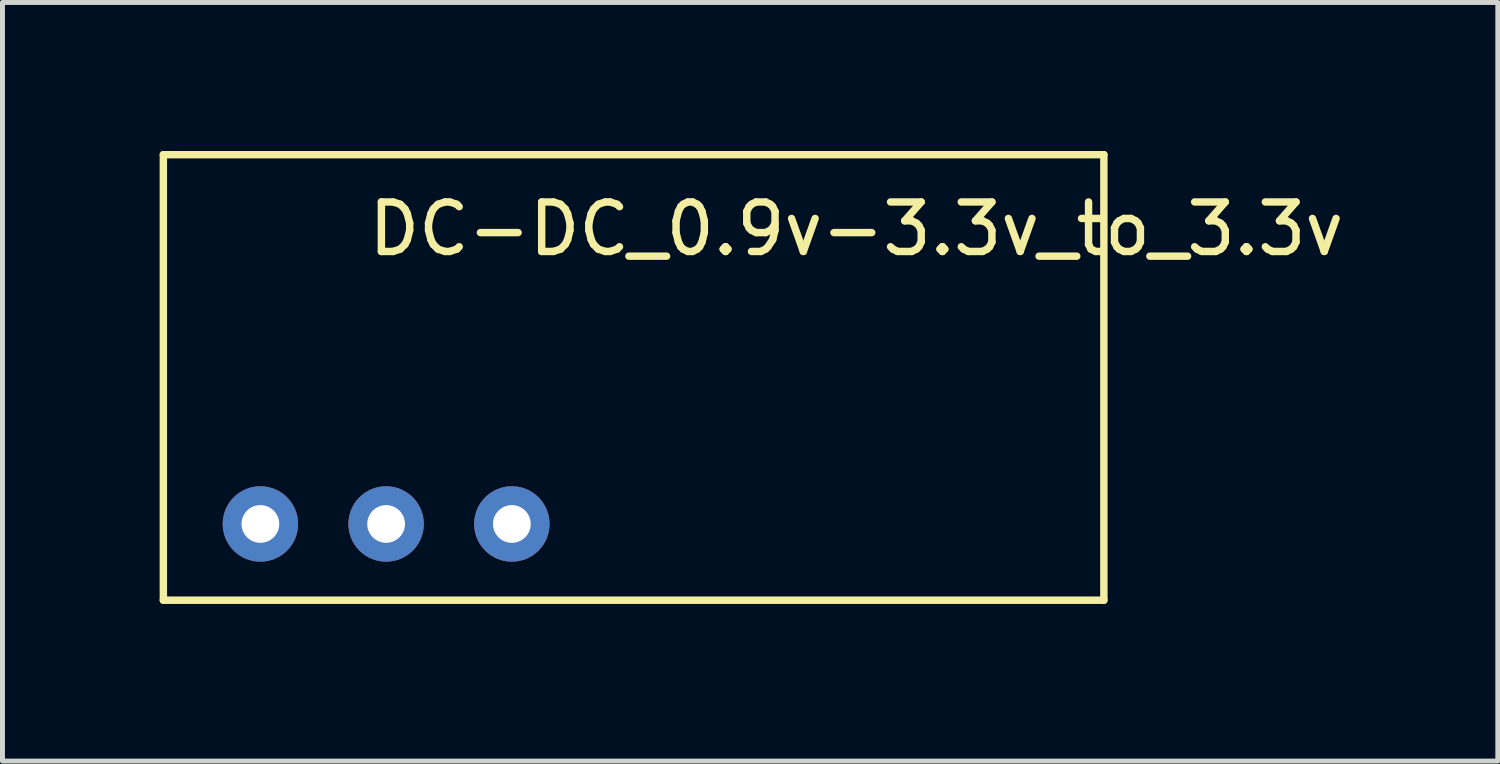
<source format=kicad_pcb>
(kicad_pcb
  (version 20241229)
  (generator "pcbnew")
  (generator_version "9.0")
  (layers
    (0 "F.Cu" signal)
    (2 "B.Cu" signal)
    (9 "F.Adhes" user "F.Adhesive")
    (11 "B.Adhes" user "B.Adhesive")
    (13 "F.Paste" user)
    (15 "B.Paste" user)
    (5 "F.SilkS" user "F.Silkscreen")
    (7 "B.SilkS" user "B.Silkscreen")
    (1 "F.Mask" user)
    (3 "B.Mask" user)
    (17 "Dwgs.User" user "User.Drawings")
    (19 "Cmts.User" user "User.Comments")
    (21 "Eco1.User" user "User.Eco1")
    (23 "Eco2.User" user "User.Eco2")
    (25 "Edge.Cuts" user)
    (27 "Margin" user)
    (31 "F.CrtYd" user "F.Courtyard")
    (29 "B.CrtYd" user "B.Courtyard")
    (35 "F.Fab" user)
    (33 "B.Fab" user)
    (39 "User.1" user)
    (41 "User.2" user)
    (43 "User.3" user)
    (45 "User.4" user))
  (footprint "DC-DC_0.9v-3.3v_to_3.3v"
    (layer "F.Cu")
    (at 0.25 9.075)
    (property "Reference" "DC-DC_0.9v-3.3v_to_3.3v" (at 14 -7.5 0) (layer "F.SilkS") (effects (font (size 1 1) (thickness 0.15))))
    (attr through_hole)
    (fp_line (start 0 -9) (end 19 -9) (stroke (width 0.15) (type solid)) (layer "F.SilkS"))
    (fp_line (start 0 0) (end 0 -9) (stroke (width 0.15) (type solid)) (layer "F.SilkS"))
    (fp_line (start 19 -9) (end 19 0) (stroke (width 0.15) (type solid)) (layer "F.SilkS"))
    (fp_line (start 19 0) (end 0 0) (stroke (width 0.15) (type solid)) (layer "F.SilkS"))
    (pad "1" thru_hole circle (at 1.96 -1.54) (size 1.524 1.524) (drill 0.762) (layers "*.Cu" "*.Mask"))
    (pad "2" thru_hole circle (at 4.5 -1.54) (size 1.524 1.524) (drill 0.762) (layers "*.Cu" "*.Mask"))
    (pad "3" thru_hole circle (at 7.04 -1.54) (size 1.524 1.524) (drill 0.762) (layers "*.Cu" "*.Mask")))
  (gr_rect
    (start -3 -3)
    (end 27.208 12.325)
    (stroke (width 0.1) (type default))
    (fill no)
    (layer "Edge.Cuts")))
</source>
